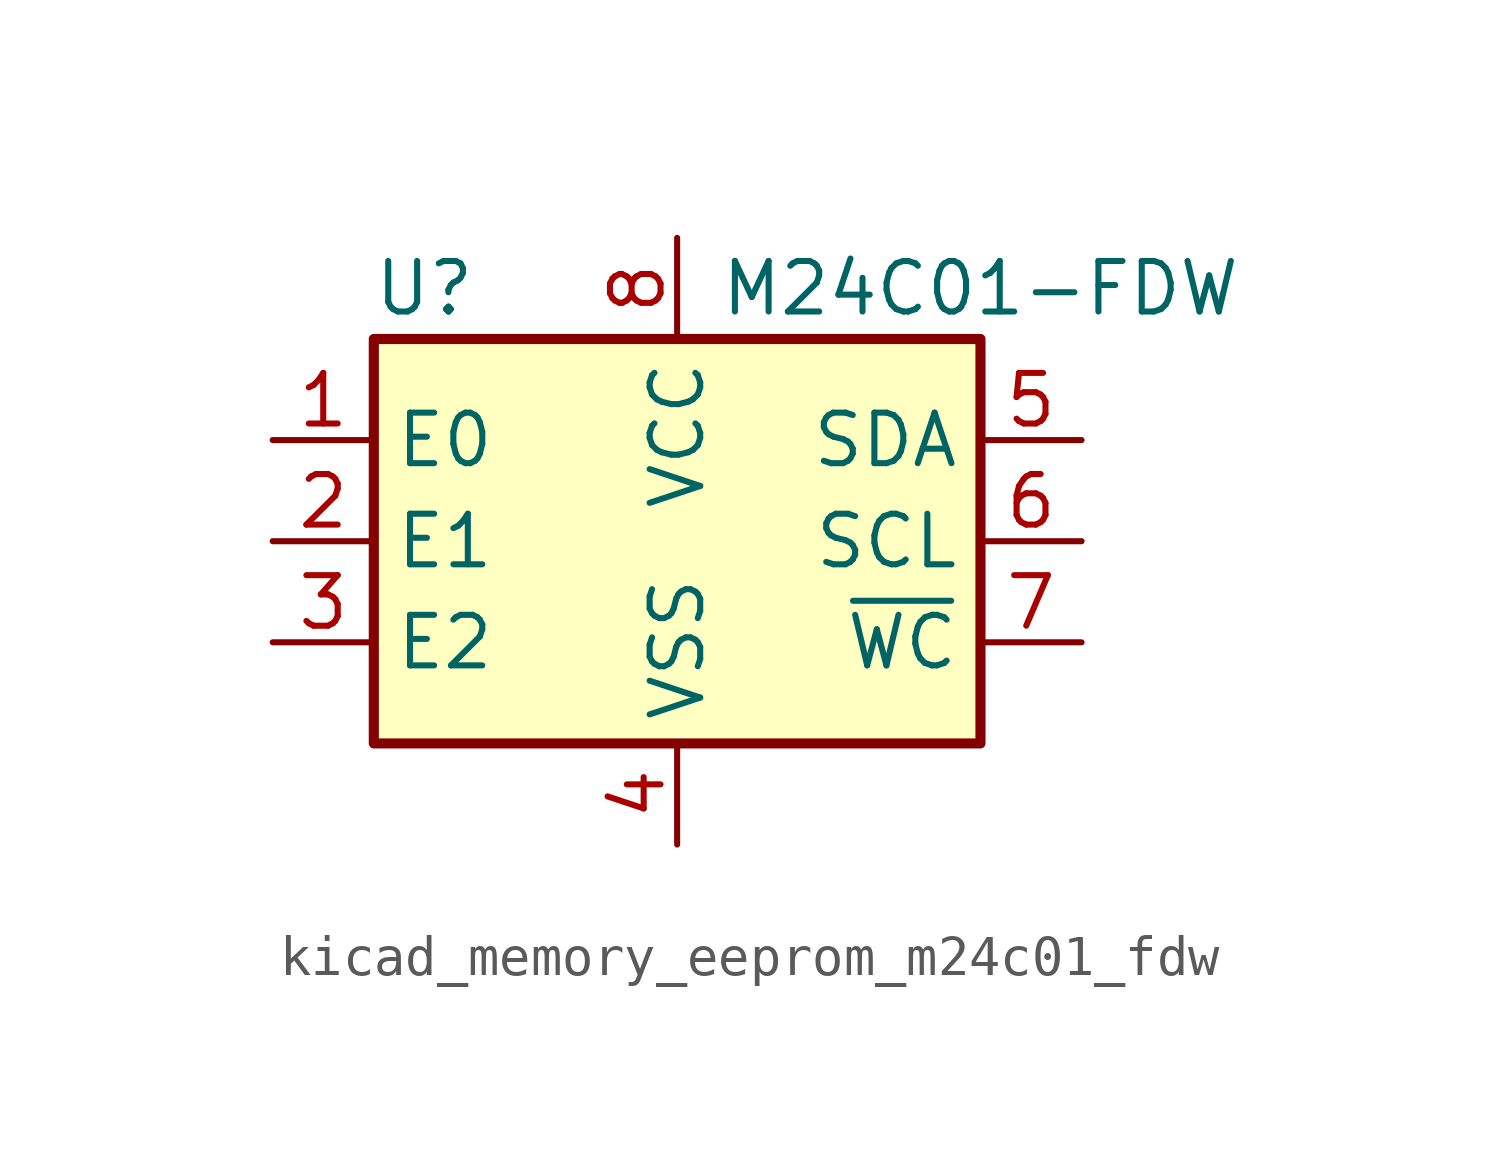
<source format=kicad_sym>
(kicad_symbol_lib
  (version 20220914)
  (generator kicad_symbol_editor)
  (symbol "kicad_memory_eeprom_m24c01_fdw"
    (property "Reference" "U"
      (at -6.35 6.35 0)
      (effects (font (size 1.27 1.27))))
    (property "Value" "M24C01-FDW"
      (at 7.62 6.35 0)
      (effects (font (size 1.27 1.27))))
    (symbol "kicad_memory_eeprom_m24c01_fdw_0_1"
      (rectangle (start -7.62 5.08) (end 7.62 -5.08) (stroke (width 0.254) (type default)) (fill (type background))))
    (symbol "kicad_memory_eeprom_m24c01_fdw_1_1"
      (pin input line (at -10.16 2.54 0) (length 2.54) (name "E0" (effects (font (size 1.27 1.27)))) (number "1" (effects (font (size 1.27 1.27)))))
      (pin input line (at -10.16 0 0) (length 2.54) (name "E1" (effects (font (size 1.27 1.27)))) (number "2" (effects (font (size 1.27 1.27)))))
      (pin input line (at -10.16 -2.54 0) (length 2.54) (name "E2" (effects (font (size 1.27 1.27)))) (number "3" (effects (font (size 1.27 1.27)))))
      (pin power_in line (at 0 -7.62 90) (length 2.54) (name "VSS" (effects (font (size 1.27 1.27)))) (number "4" (effects (font (size 1.27 1.27)))))
      (pin bidirectional line (at 10.16 2.54 180) (length 2.54) (name "SDA" (effects (font (size 1.27 1.27)))) (number "5" (effects (font (size 1.27 1.27)))))
      (pin input line (at 10.16 0 180) (length 2.54) (name "SCL" (effects (font (size 1.27 1.27)))) (number "6" (effects (font (size 1.27 1.27)))))
      (pin input line (at 10.16 -2.54 180) (length 2.54) (name "~{WC}" (effects (font (size 1.27 1.27)))) (number "7" (effects (font (size 1.27 1.27)))))
      (pin power_in line (at 0 7.62 270) (length 2.54) (name "VCC" (effects (font (size 1.27 1.27)))) (number "8" (effects (font (size 1.27 1.27))))))))
</source>
